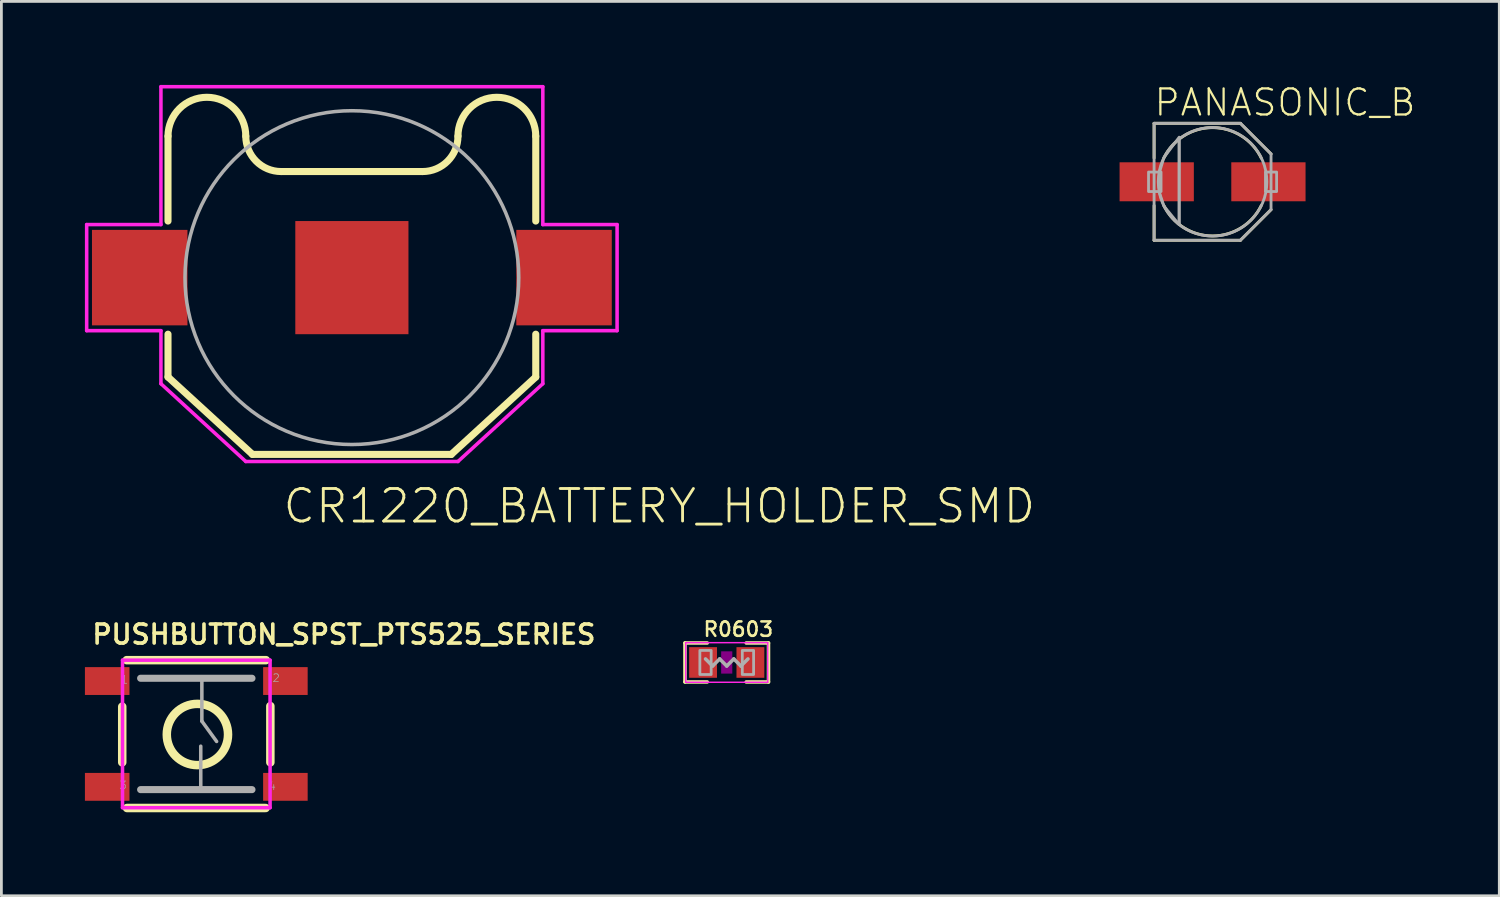
<source format=kicad_pcb>
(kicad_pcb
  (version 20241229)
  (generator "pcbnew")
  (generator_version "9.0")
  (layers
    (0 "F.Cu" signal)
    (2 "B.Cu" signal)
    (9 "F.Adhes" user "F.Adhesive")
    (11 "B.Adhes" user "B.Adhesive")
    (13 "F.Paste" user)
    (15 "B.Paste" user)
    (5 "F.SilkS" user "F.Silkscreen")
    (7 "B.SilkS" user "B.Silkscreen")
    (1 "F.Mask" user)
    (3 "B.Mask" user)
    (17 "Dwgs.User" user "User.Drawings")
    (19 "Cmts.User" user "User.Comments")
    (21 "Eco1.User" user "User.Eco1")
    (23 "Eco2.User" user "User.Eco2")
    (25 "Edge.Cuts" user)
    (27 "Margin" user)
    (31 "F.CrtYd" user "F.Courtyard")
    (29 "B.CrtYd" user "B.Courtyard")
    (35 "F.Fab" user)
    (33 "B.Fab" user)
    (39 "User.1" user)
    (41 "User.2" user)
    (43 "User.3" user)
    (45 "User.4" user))
  (footprint "PUSHBUTTON_SPST_PTS525_SERIES"
    (layer "F.Cu")
    (at 4 23.31)
    (property "Reference" "PUSHBUTTON_SPST_PTS525_SERIES" (at -3.81 -3.175 0) (layer "F.SilkS") (effects (font (size 0.683 0.683) (thickness 0.13)) (justify left bottom)))
    (fp_line (start -2.66 1.02) (end -2.66 -0.98) (stroke (width 0.305) (type solid)) (layer "F.SilkS"))
    (fp_line (start -2.5 -2.65) (end 2.5 -2.65) (stroke (width 0.305) (type solid)) (layer "F.SilkS"))
    (fp_line (start -2.49 2.66) (end 2.49 2.66) (stroke (width 0.305) (type solid)) (layer "F.SilkS"))
    (fp_line (start 2.5 -2.65) (end 2.5 -2.64) (stroke (width 0.127) (type solid)) (layer "F.SilkS"))
    (fp_line (start 2.66 1.02) (end 2.66 -1) (stroke (width 0.305) (type solid)) (layer "F.SilkS"))
    (fp_circle (center 0.04 0.02) (end 1.14 0.02) (stroke (width 0.305) (type solid)) (fill no) (layer "F.SilkS"))
    (fp_line (start -2.65 -2.65) (end 2.65 -2.65) (stroke (width 0.127) (type solid)) (layer "F.CrtYd"))
    (fp_line (start -2.65 2.65) (end -2.65 -2.65) (stroke (width 0.127) (type solid)) (layer "F.CrtYd"))
    (fp_line (start 2.65 -2.65) (end 2.65 2.65) (stroke (width 0.127) (type solid)) (layer "F.CrtYd"))
    (fp_line (start 2.65 2.65) (end -2.65 2.65) (stroke (width 0.127) (type solid)) (layer "F.CrtYd"))
    (fp_line (start -2 -2) (end 2 -2) (stroke (width 0.254) (type solid)) (layer "F.Fab"))
    (fp_line (start -2 2) (end 2 2) (stroke (width 0.254) (type solid)) (layer "F.Fab"))
    (fp_line (start 0.16 2.01) (end 0.16 0.44) (stroke (width 0.127) (type solid)) (layer "F.Fab"))
    (fp_line (start 0.2 -2.055) (end 0.2 -0.46) (stroke (width 0.127) (type solid)) (layer "F.Fab"))
    (fp_line (start 0.2 -0.46) (end 0.73 0.27) (stroke (width 0.127) (type solid)) (layer "F.Fab"))
    (fp_text user "4" (at 2.58 2.04 0) (layer "F.Fab") (effects (font (size 0.28 0.28) (thickness 0.024)) (justify left bottom)))
    (fp_text user "3" (at -2.78 2.005 0) (layer "F.Fab") (effects (font (size 0.28 0.28) (thickness 0.024)) (justify left bottom)))
    (fp_text user "1" (at -2.73 -1.785 0) (layer "F.Fab") (effects (font (size 0.28 0.28) (thickness 0.024)) (justify left bottom)))
    (fp_text user "2" (at 2.72 -1.845 0) (layer "F.Fab") (effects (font (size 0.28 0.28) (thickness 0.024)) (justify left bottom)))
    (pad "P$1" smd rect (at -3.2 -1.9) (size 1.6 1) (layers "F.Cu" "F.Mask" "F.Paste"))
    (pad "P$2" smd rect (at 3.2 -1.9) (size 1.6 1) (layers "F.Cu" "F.Mask" "F.Paste"))
    (pad "P$3" smd rect (at -3.2 1.9) (size 1.6 1) (layers "F.Cu" "F.Mask" "F.Paste"))
    (pad "P$4" smd rect (at 3.2 1.9) (size 1.6 1) (layers "F.Cu" "F.Mask" "F.Paste")))
  (footprint "PANASONIC_B"
    (layer "F.Cu")
    (at 40.5 3.479)
    (property "Reference" "PANASONIC_B" (at -2.15 -2.3 0) (layer "F.SilkS") (effects (font (size 0.935 0.935) (thickness 0.081)) (justify left bottom)))
    (fp_line (start -2.1 -2.1) (end 1 -2.1) (stroke (width 0.102) (type solid)) (layer "F.SilkS"))
    (fp_line (start -2.1 -0.85) (end -2.1 -2.1) (stroke (width 0.102) (type solid)) (layer "F.SilkS"))
    (fp_line (start -2.1 2.1) (end -2.1 0.85) (stroke (width 0.102) (type solid)) (layer "F.SilkS"))
    (fp_line (start 1 -2.1) (end 2.1 -1) (stroke (width 0.102) (type solid)) (layer "F.SilkS"))
    (fp_line (start 1 2.1) (end -2.1 2.1) (stroke (width 0.102) (type solid)) (layer "F.SilkS"))
    (fp_line (start 2.1 1) (end 1 2.1) (stroke (width 0.102) (type solid)) (layer "F.SilkS"))
    (fp_arc (start -1.75 -0.85) (mid 0 -1.945508) (end 1.75 -0.85) (stroke (width 0.1016) (type solid)) (layer "F.SilkS"))
    (fp_arc (start 1.75 0.85) (mid 0 1.945508) (end -1.75 0.85) (stroke (width 0.1016) (type solid)) (layer "F.SilkS"))
    (fp_line (start -2.1 -2.1) (end 1 -2.1) (stroke (width 0.102) (type solid)) (layer "F.Fab"))
    (fp_line (start -2.1 2.1) (end -2.1 -2.1) (stroke (width 0.102) (type solid)) (layer "F.Fab"))
    (fp_line (start -1.2 -1.5) (end -1.2 1.5) (stroke (width 0.102) (type solid)) (layer "F.Fab"))
    (fp_line (start 1 -2.1) (end 2.1 -1) (stroke (width 0.102) (type solid)) (layer "F.Fab"))
    (fp_line (start 1 2.1) (end -2.1 2.1) (stroke (width 0.102) (type solid)) (layer "F.Fab"))
    (fp_line (start 2.1 -1) (end 2.1 1) (stroke (width 0.102) (type solid)) (layer "F.Fab"))
    (fp_line (start 2.1 1) (end 1 2.1) (stroke (width 0.102) (type solid)) (layer "F.Fab"))
    (fp_circle (center 0 0) (end 1.95 0) (stroke (width 0.102) (type solid)) (fill no) (layer "F.Fab"))
    (fp_poly (pts (xy -2.3 0.35) (xy -1.85 0.35) (xy -1.85 -0.35) (xy -2.3 -0.35)) (stroke (width 0.1) (type solid)) (fill no) (layer "F.Fab"))
    (fp_poly (pts (xy 1.9 0.35) (xy 2.3 0.35) (xy 2.3 -0.35) (xy 1.9 -0.35)) (stroke (width 0.1) (type solid)) (fill no) (layer "F.Fab"))
    (fp_poly (pts (xy -1.199 1.542) (xy -1.745 0.875) (xy -1.901 0.408) (xy -1.901 -0.357) (xy -1.746 -0.873) (xy -1.199 -1.602)) (stroke (width 0.1) (type solid)) (fill no) (layer "F.Fab"))
    (pad "+" smd rect (at 2.006 0) (size 2.667 1.4) (layers "F.Cu" "F.Mask" "F.Paste"))
    (pad "-" smd rect (at -2.006 0) (size 2.667 1.4) (layers "F.Cu" "F.Mask" "F.Paste")))
  (footprint "R0603"
    (layer "F.Cu")
    (at 23.051 20.743)
    (property "Reference" "R0603" (at -0.889 -0.889 0) (layer "F.SilkS") (effects (font (size 0.518 0.518) (thickness 0.091)) (justify left bottom)))
    (fp_line (start -1.5 -0.7) (end -1.5 0.7) (stroke (width 0.127) (type solid)) (layer "F.SilkS"))
    (fp_line (start -1.5 0.7) (end -0.7 0.7) (stroke (width 0.127) (type solid)) (layer "F.SilkS"))
    (fp_line (start -0.7 -0.7) (end -1.5 -0.7) (stroke (width 0.127) (type solid)) (layer "F.SilkS"))
    (fp_line (start 0.7 -0.7) (end 1.5 -0.7) (stroke (width 0.127) (type solid)) (layer "F.SilkS"))
    (fp_line (start 1.5 -0.7) (end 1.5 0.7) (stroke (width 0.127) (type solid)) (layer "F.SilkS"))
    (fp_line (start 1.5 0.7) (end 0.7 0.7) (stroke (width 0.127) (type solid)) (layer "F.SilkS"))
    (fp_poly (pts (xy -0.2 0.4) (xy 0.2 0.4) (xy 0.2 -0.4) (xy -0.2 -0.4)) (stroke (width 0) (type solid)) (fill yes) (layer "F.Adhes"))
    (fp_line (start -1.473 -0.711) (end 1.473 -0.711) (stroke (width 0.051) (type solid)) (layer "F.CrtYd"))
    (fp_line (start -1.473 0.711) (end -1.473 -0.711) (stroke (width 0.051) (type solid)) (layer "F.CrtYd"))
    (fp_line (start 1.473 -0.711) (end 1.473 0.711) (stroke (width 0.051) (type solid)) (layer "F.CrtYd"))
    (fp_line (start 1.473 0.711) (end -1.473 0.711) (stroke (width 0.051) (type solid)) (layer "F.CrtYd"))
    (fp_line (start -0.508 0.127) (end -0.762 -0.127) (stroke (width 0.127) (type solid)) (layer "F.Fab"))
    (fp_line (start -0.508 0.127) (end -0.254 -0.127) (stroke (width 0.127) (type solid)) (layer "F.Fab"))
    (fp_line (start -0.254 -0.127) (end 0 0.127) (stroke (width 0.127) (type solid)) (layer "F.Fab"))
    (fp_line (start 0 0.127) (end 0.254 -0.127) (stroke (width 0.127) (type solid)) (layer "F.Fab"))
    (fp_line (start 0.254 -0.127) (end 0.508 0.127) (stroke (width 0.127) (type solid)) (layer "F.Fab"))
    (fp_line (start 0.508 0.127) (end 0.762 -0.127) (stroke (width 0.127) (type solid)) (layer "F.Fab"))
    (fp_poly (pts (xy -0.965 0.432) (xy -0.559 0.432) (xy -0.559 -0.432) (xy -0.965 -0.432)) (stroke (width 0.1) (type solid)) (fill no) (layer "F.Fab"))
    (fp_poly (pts (xy 0.559 0.432) (xy 0.965 0.432) (xy 0.965 -0.432) (xy 0.559 -0.432)) (stroke (width 0.1) (type solid)) (fill no) (layer "F.Fab"))
    (pad "1" smd rect (at -0.85 0) (size 1 1.1) (layers "F.Cu" "F.Mask" "F.Paste"))
    (pad "2" smd rect (at 0.85 0) (size 1 1.1) (layers "F.Cu" "F.Mask" "F.Paste")))
  (footprint "CR1220_BATTERY_HOLDER_SMD"
    (layer "F.Cu")
    (at 9.588 6.921)
    (property "Reference" "CR1220_BATTERY_HOLDER_SMD" (at -2.54 8.89 0) (layer "F.SilkS") (effects (font (size 1.168 1.168) (thickness 0.102)) (justify left bottom)))
    (fp_line (start -6.604 -2.032) (end -6.604 -5.08) (stroke (width 0.254) (type solid)) (layer "F.SilkS"))
    (fp_line (start -6.604 2.032) (end -6.604 3.569) (stroke (width 0.254) (type solid)) (layer "F.SilkS"))
    (fp_line (start -6.604 3.569) (end -3.569 6.35) (stroke (width 0.254) (type solid)) (layer "F.SilkS"))
    (fp_line (start -3.569 6.35) (end 3.569 6.35) (stroke (width 0.254) (type solid)) (layer "F.SilkS"))
    (fp_line (start -2.54 -3.81) (end 2.54 -3.81) (stroke (width 0.254) (type solid)) (layer "F.SilkS"))
    (fp_line (start 3.569 6.35) (end 6.604 3.569) (stroke (width 0.254) (type solid)) (layer "F.SilkS"))
    (fp_line (start 6.604 -2.032) (end 6.604 -5.08) (stroke (width 0.254) (type solid)) (layer "F.SilkS"))
    (fp_line (start 6.604 2.032) (end 6.604 3.569) (stroke (width 0.254) (type solid)) (layer "F.SilkS"))
    (fp_arc (start -6.604 -5.08) (mid -5.207 -6.477) (end -3.81 -5.08) (stroke (width 0.254) (type solid)) (layer "F.SilkS"))
    (fp_arc (start -2.54 -3.81) (mid -3.438026 -4.181974) (end -3.81 -5.08) (stroke (width 0.254) (type solid)) (layer "F.SilkS"))
    (fp_arc (start 3.81 -5.08) (mid 3.438026 -4.181974) (end 2.54 -3.81) (stroke (width 0.254) (type solid)) (layer "F.SilkS"))
    (fp_arc (start 3.81 -5.08) (mid 5.207 -6.477) (end 6.604 -5.08) (stroke (width 0.254) (type solid)) (layer "F.SilkS"))
    (fp_line (start -9.525 -1.905) (end -9.525 1.905) (stroke (width 0.127) (type solid)) (layer "F.CrtYd"))
    (fp_line (start -9.525 1.905) (end -6.858 1.905) (stroke (width 0.127) (type solid)) (layer "F.CrtYd"))
    (fp_line (start -6.858 -6.858) (end -6.858 -1.905) (stroke (width 0.127) (type solid)) (layer "F.CrtYd"))
    (fp_line (start -6.858 -1.905) (end -9.525 -1.905) (stroke (width 0.127) (type solid)) (layer "F.CrtYd"))
    (fp_line (start -6.858 1.905) (end -6.858 3.81) (stroke (width 0.127) (type solid)) (layer "F.CrtYd"))
    (fp_line (start -6.858 3.81) (end -3.81 6.604) (stroke (width 0.127) (type solid)) (layer "F.CrtYd"))
    (fp_line (start -3.81 6.604) (end 3.81 6.604) (stroke (width 0.127) (type solid)) (layer "F.CrtYd"))
    (fp_line (start 3.81 6.604) (end 6.858 3.81) (stroke (width 0.127) (type solid)) (layer "F.CrtYd"))
    (fp_line (start 6.858 -6.858) (end -6.858 -6.858) (stroke (width 0.127) (type solid)) (layer "F.CrtYd"))
    (fp_line (start 6.858 -1.905) (end 6.858 -6.858) (stroke (width 0.127) (type solid)) (layer "F.CrtYd"))
    (fp_line (start 6.858 1.905) (end 9.525 1.905) (stroke (width 0.127) (type solid)) (layer "F.CrtYd"))
    (fp_line (start 6.858 3.81) (end 6.858 1.905) (stroke (width 0.127) (type solid)) (layer "F.CrtYd"))
    (fp_line (start 9.525 -1.905) (end 6.858 -1.905) (stroke (width 0.127) (type solid)) (layer "F.CrtYd"))
    (fp_line (start 9.525 1.905) (end 9.525 -1.905) (stroke (width 0.127) (type solid)) (layer "F.CrtYd"))
    (fp_circle (center 0 0) (end 5.994 0) (stroke (width 0.127) (type solid)) (fill no) (layer "F.Fab"))
    (pad "GND" smd rect (at 0 0) (size 4.064 4.064) (layers "F.Cu" "F.Mask" "F.Paste"))
    (pad "P$1" smd rect (at -7.62 0) (size 3.429 3.429) (layers "F.Cu" "F.Mask" "F.Paste"))
    (pad "P$2" smd rect (at 7.62 0) (size 3.429 3.429) (layers "F.Cu" "F.Mask" "F.Paste")))
  (gr_rect
    (start -3 -3)
    (end 50.798 29.122)
    (stroke (width 0.1) (type default))
    (fill no)
    (layer "Edge.Cuts")))
</source>
